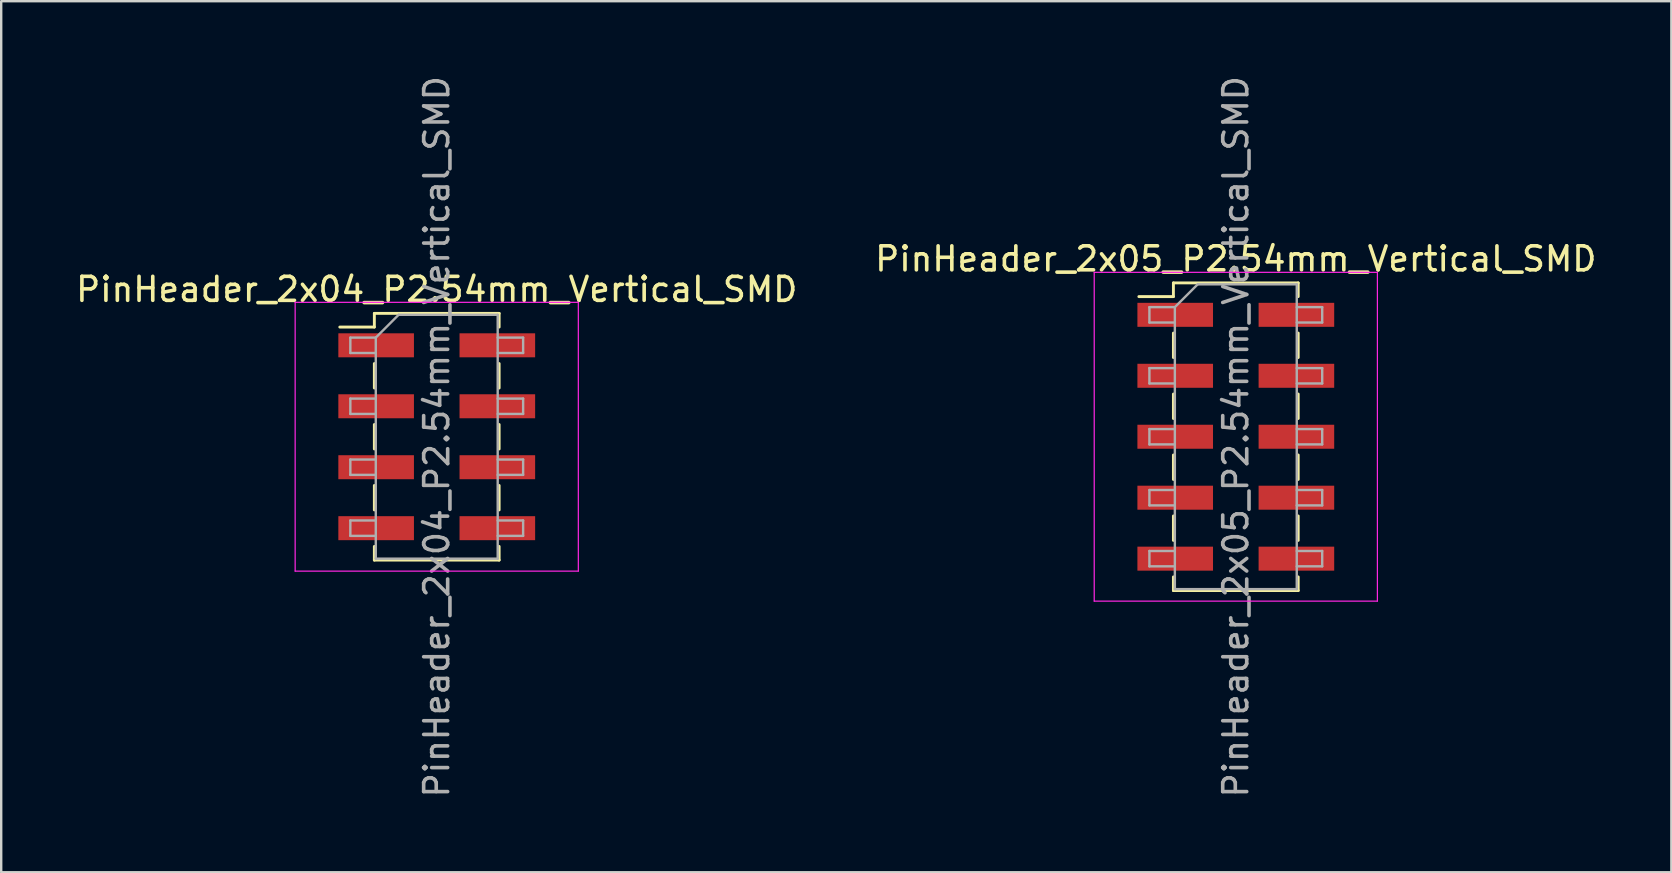
<source format=kicad_pcb>
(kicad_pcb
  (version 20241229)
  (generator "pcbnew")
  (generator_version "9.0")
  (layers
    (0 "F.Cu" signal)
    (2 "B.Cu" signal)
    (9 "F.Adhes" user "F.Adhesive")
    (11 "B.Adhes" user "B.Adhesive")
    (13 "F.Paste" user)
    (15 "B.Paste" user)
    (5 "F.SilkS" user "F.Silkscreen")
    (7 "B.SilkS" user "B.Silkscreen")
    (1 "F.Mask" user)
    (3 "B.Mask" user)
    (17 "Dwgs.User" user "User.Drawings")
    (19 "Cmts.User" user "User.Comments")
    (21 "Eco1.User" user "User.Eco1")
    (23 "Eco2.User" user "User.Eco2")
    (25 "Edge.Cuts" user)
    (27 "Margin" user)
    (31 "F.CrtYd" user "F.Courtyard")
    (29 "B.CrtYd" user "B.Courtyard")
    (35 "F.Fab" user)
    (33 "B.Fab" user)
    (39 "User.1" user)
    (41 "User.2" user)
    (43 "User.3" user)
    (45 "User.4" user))
  (footprint "PinHeader_2x04_P2.54mm_Vertical_SMD"
    (layer "F.Cu")
    (at 15.149 15.149)
    (property "Reference" "PinHeader_2x04_P2.54mm_Vertical_SMD" (at 0 -6.14 0) (layer "F.SilkS") (effects (font (size 1 1) (thickness 0.15))))
    (attr smd)
    (fp_line (start -4.04 -4.57) (end -2.6 -4.57) (stroke (width 0.12) (type solid)) (layer "F.SilkS"))
    (fp_line (start -2.6 -5.14) (end -2.6 -4.57) (stroke (width 0.12) (type solid)) (layer "F.SilkS"))
    (fp_line (start -2.6 -5.14) (end 2.6 -5.14) (stroke (width 0.12) (type solid)) (layer "F.SilkS"))
    (fp_line (start -2.6 -3.05) (end -2.6 -2.03) (stroke (width 0.12) (type solid)) (layer "F.SilkS"))
    (fp_line (start -2.6 -0.51) (end -2.6 0.51) (stroke (width 0.12) (type solid)) (layer "F.SilkS"))
    (fp_line (start -2.6 2.03) (end -2.6 3.05) (stroke (width 0.12) (type solid)) (layer "F.SilkS"))
    (fp_line (start -2.6 4.57) (end -2.6 5.14) (stroke (width 0.12) (type solid)) (layer "F.SilkS"))
    (fp_line (start -2.6 5.14) (end 2.6 5.14) (stroke (width 0.12) (type solid)) (layer "F.SilkS"))
    (fp_line (start 2.6 -5.14) (end 2.6 -4.57) (stroke (width 0.12) (type solid)) (layer "F.SilkS"))
    (fp_line (start 2.6 -3.05) (end 2.6 -2.03) (stroke (width 0.12) (type solid)) (layer "F.SilkS"))
    (fp_line (start 2.6 -0.51) (end 2.6 0.51) (stroke (width 0.12) (type solid)) (layer "F.SilkS"))
    (fp_line (start 2.6 2.03) (end 2.6 3.05) (stroke (width 0.12) (type solid)) (layer "F.SilkS"))
    (fp_line (start 2.6 4.57) (end 2.6 5.14) (stroke (width 0.12) (type solid)) (layer "F.SilkS"))
    (fp_line (start -5.9 -5.6) (end -5.9 5.6) (stroke (width 0.05) (type solid)) (layer "F.CrtYd"))
    (fp_line (start -5.9 5.6) (end 5.9 5.6) (stroke (width 0.05) (type solid)) (layer "F.CrtYd"))
    (fp_line (start 5.9 -5.6) (end -5.9 -5.6) (stroke (width 0.05) (type solid)) (layer "F.CrtYd"))
    (fp_line (start 5.9 5.6) (end 5.9 -5.6) (stroke (width 0.05) (type solid)) (layer "F.CrtYd"))
    (fp_line (start -3.6 -4.13) (end -3.6 -3.49) (stroke (width 0.1) (type solid)) (layer "F.Fab"))
    (fp_line (start -3.6 -3.49) (end -2.54 -3.49) (stroke (width 0.1) (type solid)) (layer "F.Fab"))
    (fp_line (start -3.6 -1.59) (end -3.6 -0.95) (stroke (width 0.1) (type solid)) (layer "F.Fab"))
    (fp_line (start -3.6 -0.95) (end -2.54 -0.95) (stroke (width 0.1) (type solid)) (layer "F.Fab"))
    (fp_line (start -3.6 0.95) (end -3.6 1.59) (stroke (width 0.1) (type solid)) (layer "F.Fab"))
    (fp_line (start -3.6 1.59) (end -2.54 1.59) (stroke (width 0.1) (type solid)) (layer "F.Fab"))
    (fp_line (start -3.6 3.49) (end -3.6 4.13) (stroke (width 0.1) (type solid)) (layer "F.Fab"))
    (fp_line (start -3.6 4.13) (end -2.54 4.13) (stroke (width 0.1) (type solid)) (layer "F.Fab"))
    (fp_line (start -2.54 -4.13) (end -3.6 -4.13) (stroke (width 0.1) (type solid)) (layer "F.Fab"))
    (fp_line (start -2.54 -4.13) (end -1.59 -5.08) (stroke (width 0.1) (type solid)) (layer "F.Fab"))
    (fp_line (start -2.54 -1.59) (end -3.6 -1.59) (stroke (width 0.1) (type solid)) (layer "F.Fab"))
    (fp_line (start -2.54 0.95) (end -3.6 0.95) (stroke (width 0.1) (type solid)) (layer "F.Fab"))
    (fp_line (start -2.54 3.49) (end -3.6 3.49) (stroke (width 0.1) (type solid)) (layer "F.Fab"))
    (fp_line (start -2.54 5.08) (end -2.54 -4.13) (stroke (width 0.1) (type solid)) (layer "F.Fab"))
    (fp_line (start -1.59 -5.08) (end 2.54 -5.08) (stroke (width 0.1) (type solid)) (layer "F.Fab"))
    (fp_line (start 2.54 -5.08) (end 2.54 5.08) (stroke (width 0.1) (type solid)) (layer "F.Fab"))
    (fp_line (start 2.54 -4.13) (end 3.6 -4.13) (stroke (width 0.1) (type solid)) (layer "F.Fab"))
    (fp_line (start 2.54 -1.59) (end 3.6 -1.59) (stroke (width 0.1) (type solid)) (layer "F.Fab"))
    (fp_line (start 2.54 0.95) (end 3.6 0.95) (stroke (width 0.1) (type solid)) (layer "F.Fab"))
    (fp_line (start 2.54 3.49) (end 3.6 3.49) (stroke (width 0.1) (type solid)) (layer "F.Fab"))
    (fp_line (start 2.54 5.08) (end -2.54 5.08) (stroke (width 0.1) (type solid)) (layer "F.Fab"))
    (fp_line (start 3.6 -4.13) (end 3.6 -3.49) (stroke (width 0.1) (type solid)) (layer "F.Fab"))
    (fp_line (start 3.6 -3.49) (end 2.54 -3.49) (stroke (width 0.1) (type solid)) (layer "F.Fab"))
    (fp_line (start 3.6 -1.59) (end 3.6 -0.95) (stroke (width 0.1) (type solid)) (layer "F.Fab"))
    (fp_line (start 3.6 -0.95) (end 2.54 -0.95) (stroke (width 0.1) (type solid)) (layer "F.Fab"))
    (fp_line (start 3.6 0.95) (end 3.6 1.59) (stroke (width 0.1) (type solid)) (layer "F.Fab"))
    (fp_line (start 3.6 1.59) (end 2.54 1.59) (stroke (width 0.1) (type solid)) (layer "F.Fab"))
    (fp_line (start 3.6 3.49) (end 3.6 4.13) (stroke (width 0.1) (type solid)) (layer "F.Fab"))
    (fp_line (start 3.6 4.13) (end 2.54 4.13) (stroke (width 0.1) (type solid)) (layer "F.Fab"))
    (fp_text user "${REFERENCE}" (at 0 0 90) (layer "F.Fab") (effects (font (size 1 1) (thickness 0.15))))
    (pad "1" smd rect (at -2.525 -3.81) (size 3.15 1) (layers "F.Cu" "F.Mask" "F.Paste"))
    (pad "2" smd rect (at 2.525 -3.81) (size 3.15 1) (layers "F.Cu" "F.Mask" "F.Paste"))
    (pad "3" smd rect (at -2.525 -1.27) (size 3.15 1) (layers "F.Cu" "F.Mask" "F.Paste"))
    (pad "4" smd rect (at 2.525 -1.27) (size 3.15 1) (layers "F.Cu" "F.Mask" "F.Paste"))
    (pad "5" smd rect (at -2.525 1.27) (size 3.15 1) (layers "F.Cu" "F.Mask" "F.Paste"))
    (pad "6" smd rect (at 2.525 1.27) (size 3.15 1) (layers "F.Cu" "F.Mask" "F.Paste"))
    (pad "7" smd rect (at -2.525 3.81) (size 3.15 1) (layers "F.Cu" "F.Mask" "F.Paste"))
    (pad "8" smd rect (at 2.525 3.81) (size 3.15 1) (layers "F.Cu" "F.Mask" "F.Paste")))
  (footprint "PinHeader_2x05_P2.54mm_Vertical_SMD"
    (layer "F.Cu")
    (at 48.446 15.149)
    (property "Reference" "PinHeader_2x05_P2.54mm_Vertical_SMD" (at 0 -7.41 0) (layer "F.SilkS") (effects (font (size 1 1) (thickness 0.15))))
    (attr smd)
    (fp_line (start -4.04 -5.84) (end -2.6 -5.84) (stroke (width 0.12) (type solid)) (layer "F.SilkS"))
    (fp_line (start -2.6 -6.41) (end -2.6 -5.84) (stroke (width 0.12) (type solid)) (layer "F.SilkS"))
    (fp_line (start -2.6 -6.41) (end 2.6 -6.41) (stroke (width 0.12) (type solid)) (layer "F.SilkS"))
    (fp_line (start -2.6 -4.32) (end -2.6 -3.3) (stroke (width 0.12) (type solid)) (layer "F.SilkS"))
    (fp_line (start -2.6 -1.78) (end -2.6 -0.76) (stroke (width 0.12) (type solid)) (layer "F.SilkS"))
    (fp_line (start -2.6 0.76) (end -2.6 1.78) (stroke (width 0.12) (type solid)) (layer "F.SilkS"))
    (fp_line (start -2.6 3.3) (end -2.6 4.32) (stroke (width 0.12) (type solid)) (layer "F.SilkS"))
    (fp_line (start -2.6 5.84) (end -2.6 6.41) (stroke (width 0.12) (type solid)) (layer "F.SilkS"))
    (fp_line (start -2.6 6.41) (end 2.6 6.41) (stroke (width 0.12) (type solid)) (layer "F.SilkS"))
    (fp_line (start 2.6 -6.41) (end 2.6 -5.84) (stroke (width 0.12) (type solid)) (layer "F.SilkS"))
    (fp_line (start 2.6 -4.32) (end 2.6 -3.3) (stroke (width 0.12) (type solid)) (layer "F.SilkS"))
    (fp_line (start 2.6 -1.78) (end 2.6 -0.76) (stroke (width 0.12) (type solid)) (layer "F.SilkS"))
    (fp_line (start 2.6 0.76) (end 2.6 1.78) (stroke (width 0.12) (type solid)) (layer "F.SilkS"))
    (fp_line (start 2.6 3.3) (end 2.6 4.32) (stroke (width 0.12) (type solid)) (layer "F.SilkS"))
    (fp_line (start 2.6 5.84) (end 2.6 6.41) (stroke (width 0.12) (type solid)) (layer "F.SilkS"))
    (fp_line (start -5.9 -6.85) (end -5.9 6.85) (stroke (width 0.05) (type solid)) (layer "F.CrtYd"))
    (fp_line (start -5.9 6.85) (end 5.9 6.85) (stroke (width 0.05) (type solid)) (layer "F.CrtYd"))
    (fp_line (start 5.9 -6.85) (end -5.9 -6.85) (stroke (width 0.05) (type solid)) (layer "F.CrtYd"))
    (fp_line (start 5.9 6.85) (end 5.9 -6.85) (stroke (width 0.05) (type solid)) (layer "F.CrtYd"))
    (fp_line (start -3.6 -5.4) (end -3.6 -4.76) (stroke (width 0.1) (type solid)) (layer "F.Fab"))
    (fp_line (start -3.6 -4.76) (end -2.54 -4.76) (stroke (width 0.1) (type solid)) (layer "F.Fab"))
    (fp_line (start -3.6 -2.86) (end -3.6 -2.22) (stroke (width 0.1) (type solid)) (layer "F.Fab"))
    (fp_line (start -3.6 -2.22) (end -2.54 -2.22) (stroke (width 0.1) (type solid)) (layer "F.Fab"))
    (fp_line (start -3.6 -0.32) (end -3.6 0.32) (stroke (width 0.1) (type solid)) (layer "F.Fab"))
    (fp_line (start -3.6 0.32) (end -2.54 0.32) (stroke (width 0.1) (type solid)) (layer "F.Fab"))
    (fp_line (start -3.6 2.22) (end -3.6 2.86) (stroke (width 0.1) (type solid)) (layer "F.Fab"))
    (fp_line (start -3.6 2.86) (end -2.54 2.86) (stroke (width 0.1) (type solid)) (layer "F.Fab"))
    (fp_line (start -3.6 4.76) (end -3.6 5.4) (stroke (width 0.1) (type solid)) (layer "F.Fab"))
    (fp_line (start -3.6 5.4) (end -2.54 5.4) (stroke (width 0.1) (type solid)) (layer "F.Fab"))
    (fp_line (start -2.54 -5.4) (end -3.6 -5.4) (stroke (width 0.1) (type solid)) (layer "F.Fab"))
    (fp_line (start -2.54 -5.4) (end -1.59 -6.35) (stroke (width 0.1) (type solid)) (layer "F.Fab"))
    (fp_line (start -2.54 -2.86) (end -3.6 -2.86) (stroke (width 0.1) (type solid)) (layer "F.Fab"))
    (fp_line (start -2.54 -0.32) (end -3.6 -0.32) (stroke (width 0.1) (type solid)) (layer "F.Fab"))
    (fp_line (start -2.54 2.22) (end -3.6 2.22) (stroke (width 0.1) (type solid)) (layer "F.Fab"))
    (fp_line (start -2.54 4.76) (end -3.6 4.76) (stroke (width 0.1) (type solid)) (layer "F.Fab"))
    (fp_line (start -2.54 6.35) (end -2.54 -5.4) (stroke (width 0.1) (type solid)) (layer "F.Fab"))
    (fp_line (start -1.59 -6.35) (end 2.54 -6.35) (stroke (width 0.1) (type solid)) (layer "F.Fab"))
    (fp_line (start 2.54 -6.35) (end 2.54 6.35) (stroke (width 0.1) (type solid)) (layer "F.Fab"))
    (fp_line (start 2.54 -5.4) (end 3.6 -5.4) (stroke (width 0.1) (type solid)) (layer "F.Fab"))
    (fp_line (start 2.54 -2.86) (end 3.6 -2.86) (stroke (width 0.1) (type solid)) (layer "F.Fab"))
    (fp_line (start 2.54 -0.32) (end 3.6 -0.32) (stroke (width 0.1) (type solid)) (layer "F.Fab"))
    (fp_line (start 2.54 2.22) (end 3.6 2.22) (stroke (width 0.1) (type solid)) (layer "F.Fab"))
    (fp_line (start 2.54 4.76) (end 3.6 4.76) (stroke (width 0.1) (type solid)) (layer "F.Fab"))
    (fp_line (start 2.54 6.35) (end -2.54 6.35) (stroke (width 0.1) (type solid)) (layer "F.Fab"))
    (fp_line (start 3.6 -5.4) (end 3.6 -4.76) (stroke (width 0.1) (type solid)) (layer "F.Fab"))
    (fp_line (start 3.6 -4.76) (end 2.54 -4.76) (stroke (width 0.1) (type solid)) (layer "F.Fab"))
    (fp_line (start 3.6 -2.86) (end 3.6 -2.22) (stroke (width 0.1) (type solid)) (layer "F.Fab"))
    (fp_line (start 3.6 -2.22) (end 2.54 -2.22) (stroke (width 0.1) (type solid)) (layer "F.Fab"))
    (fp_line (start 3.6 -0.32) (end 3.6 0.32) (stroke (width 0.1) (type solid)) (layer "F.Fab"))
    (fp_line (start 3.6 0.32) (end 2.54 0.32) (stroke (width 0.1) (type solid)) (layer "F.Fab"))
    (fp_line (start 3.6 2.22) (end 3.6 2.86) (stroke (width 0.1) (type solid)) (layer "F.Fab"))
    (fp_line (start 3.6 2.86) (end 2.54 2.86) (stroke (width 0.1) (type solid)) (layer "F.Fab"))
    (fp_line (start 3.6 4.76) (end 3.6 5.4) (stroke (width 0.1) (type solid)) (layer "F.Fab"))
    (fp_line (start 3.6 5.4) (end 2.54 5.4) (stroke (width 0.1) (type solid)) (layer "F.Fab"))
    (fp_text user "${REFERENCE}" (at 0 0 90) (layer "F.Fab") (effects (font (size 1 1) (thickness 0.15))))
    (pad "1" smd rect (at -2.525 -5.08) (size 3.15 1) (layers "F.Cu" "F.Mask" "F.Paste"))
    (pad "2" smd rect (at 2.525 -5.08) (size 3.15 1) (layers "F.Cu" "F.Mask" "F.Paste"))
    (pad "3" smd rect (at -2.525 -2.54) (size 3.15 1) (layers "F.Cu" "F.Mask" "F.Paste"))
    (pad "4" smd rect (at 2.525 -2.54) (size 3.15 1) (layers "F.Cu" "F.Mask" "F.Paste"))
    (pad "5" smd rect (at -2.525 0) (size 3.15 1) (layers "F.Cu" "F.Mask" "F.Paste"))
    (pad "6" smd rect (at 2.525 0) (size 3.15 1) (layers "F.Cu" "F.Mask" "F.Paste"))
    (pad "7" smd rect (at -2.525 2.54) (size 3.15 1) (layers "F.Cu" "F.Mask" "F.Paste"))
    (pad "8" smd rect (at 2.525 2.54) (size 3.15 1) (layers "F.Cu" "F.Mask" "F.Paste"))
    (pad "9" smd rect (at -2.525 5.08) (size 3.15 1) (layers "F.Cu" "F.Mask" "F.Paste"))
    (pad "10" smd rect (at 2.525 5.08) (size 3.15 1) (layers "F.Cu" "F.Mask" "F.Paste")))
  (gr_rect
    (start -3 -3)
    (end 66.595 33.298)
    (stroke (width 0.1) (type default))
    (fill no)
    (layer "Edge.Cuts")))
</source>
